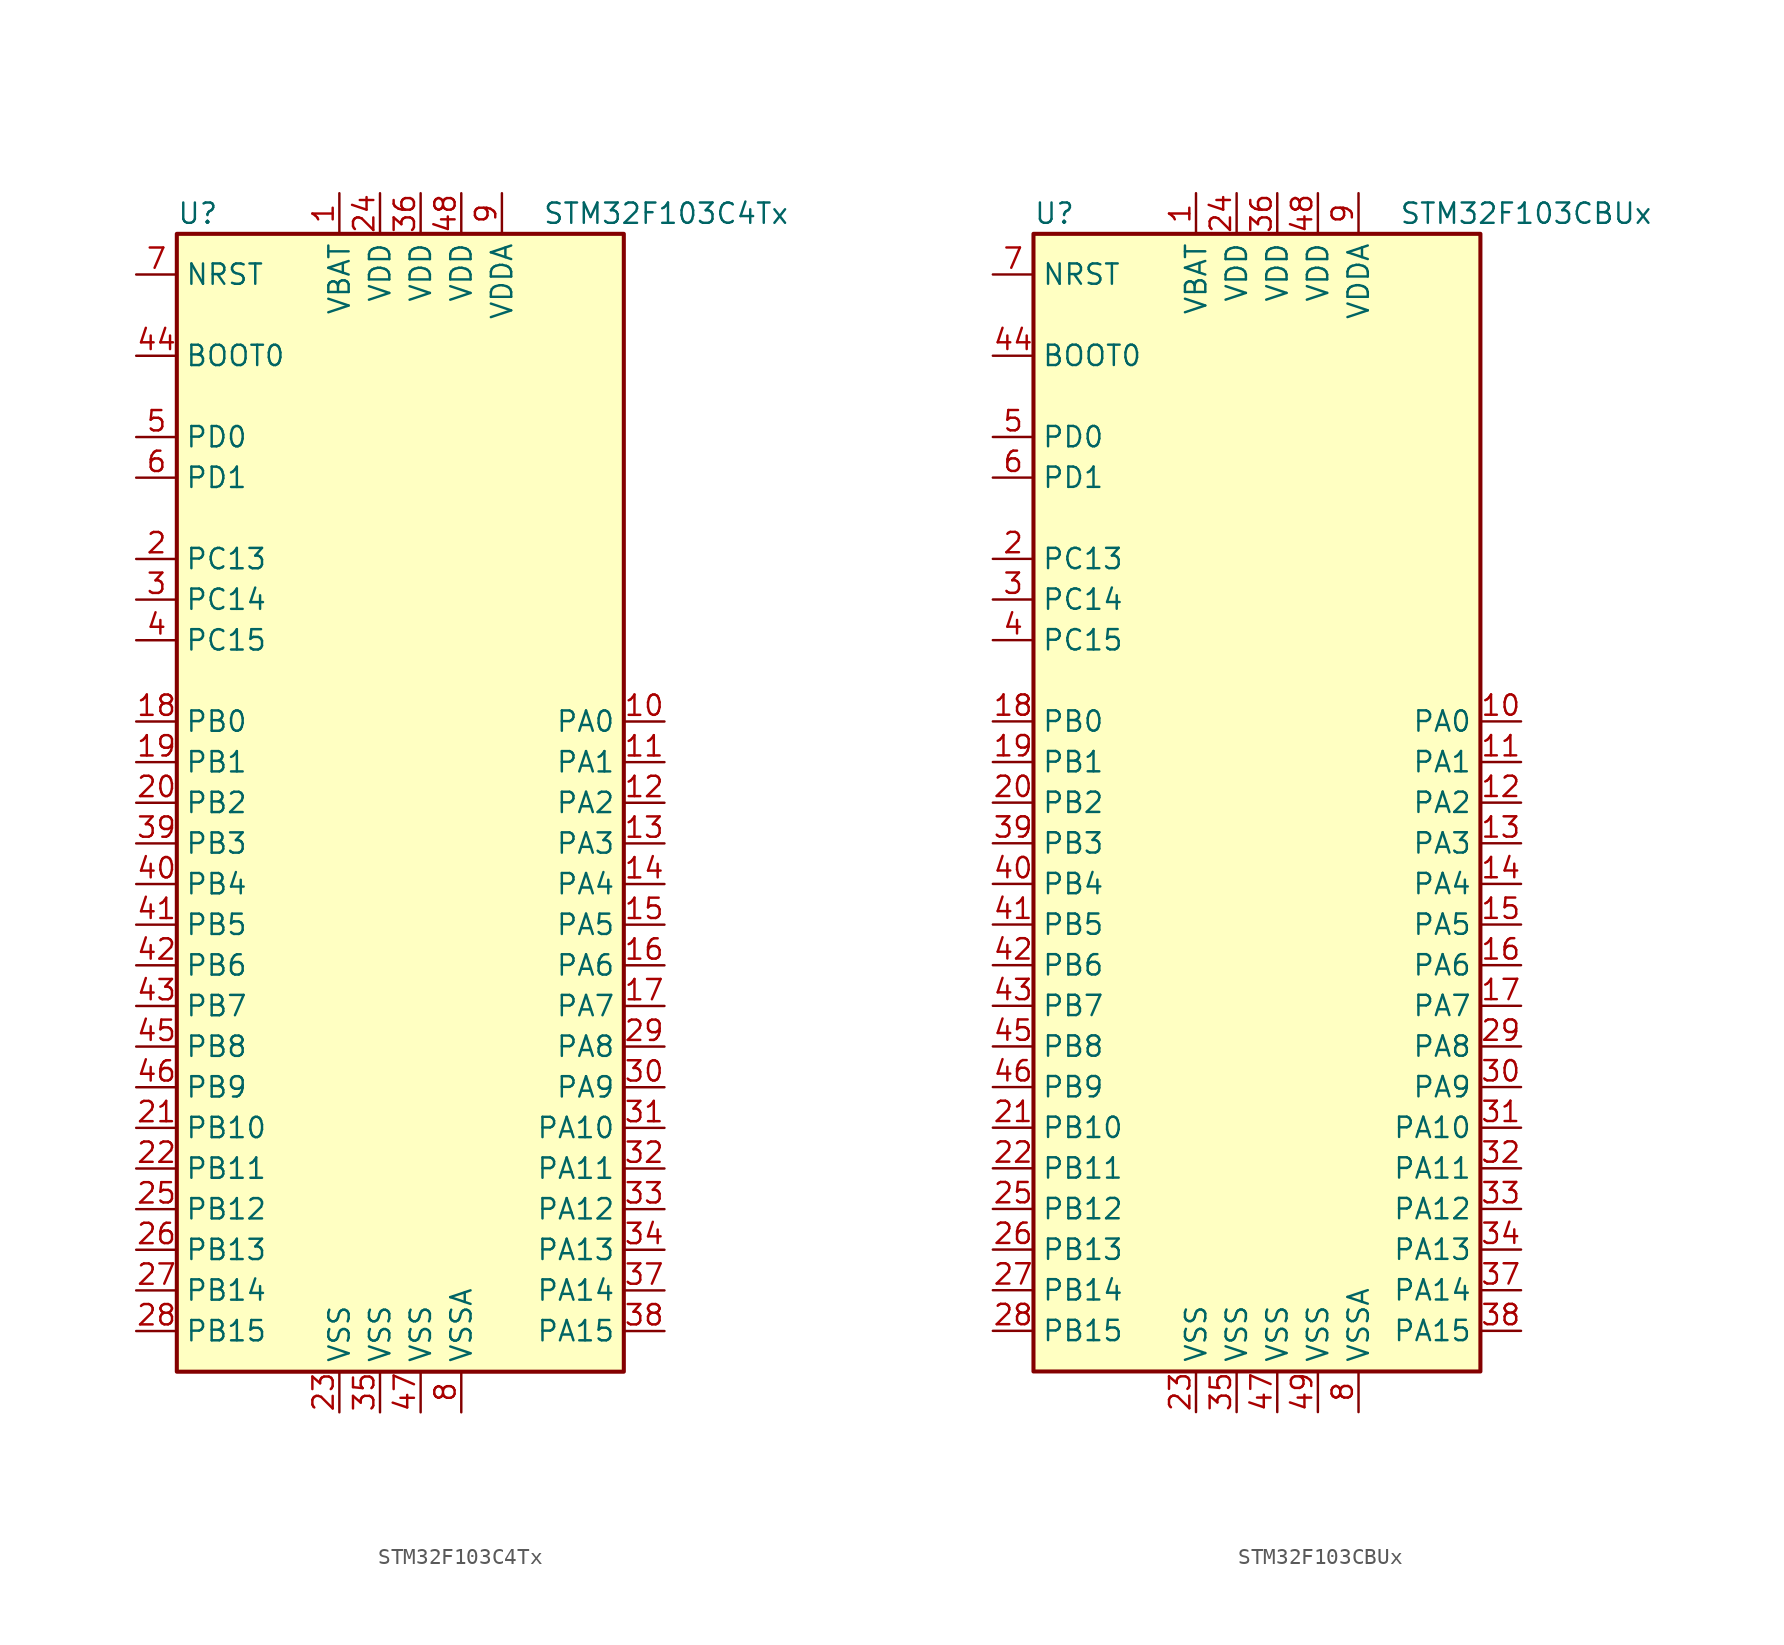
<source format=kicad_sym>
(kicad_symbol_lib
  (version 20211014)
  (generator kicad_symbol_editor)
  (symbol "STM32F103C4Tx"
    (property "Reference" "U"
      (at -15.24 36.83 0)
      (effects (font (size 1.27 1.27)) (justify left)))
    (property "Value" "STM32F103C4Tx"
      (at 7.62 36.83 0)
      (effects (font (size 1.27 1.27)) (justify left)))
    (symbol "STM32F103C4Tx_0_1"
      (rectangle (start -15.24 -35.56) (end 12.7 35.56) (stroke (width 0.254) (type default) (color 0 0 0 0)) (fill (type background))))
    (symbol "STM32F103C4Tx_1_1"
      (pin power_in line (at -5.08 38.1 270) (length 2.54) (name "VBAT" (effects (font (size 1.27 1.27)))) (number "1" (effects (font (size 1.27 1.27)))))
      (pin bidirectional line (at 15.24 5.08 180) (length 2.54) (name "PA0" (effects (font (size 1.27 1.27)))) (number "10" (effects (font (size 1.27 1.27)))))
      (pin bidirectional line (at 15.24 2.54 180) (length 2.54) (name "PA1" (effects (font (size 1.27 1.27)))) (number "11" (effects (font (size 1.27 1.27)))))
      (pin bidirectional line (at 15.24 0 180) (length 2.54) (name "PA2" (effects (font (size 1.27 1.27)))) (number "12" (effects (font (size 1.27 1.27)))))
      (pin bidirectional line (at 15.24 -2.54 180) (length 2.54) (name "PA3" (effects (font (size 1.27 1.27)))) (number "13" (effects (font (size 1.27 1.27)))))
      (pin bidirectional line (at 15.24 -5.08 180) (length 2.54) (name "PA4" (effects (font (size 1.27 1.27)))) (number "14" (effects (font (size 1.27 1.27)))))
      (pin bidirectional line (at 15.24 -7.62 180) (length 2.54) (name "PA5" (effects (font (size 1.27 1.27)))) (number "15" (effects (font (size 1.27 1.27)))))
      (pin bidirectional line (at 15.24 -10.16 180) (length 2.54) (name "PA6" (effects (font (size 1.27 1.27)))) (number "16" (effects (font (size 1.27 1.27)))))
      (pin bidirectional line (at 15.24 -12.7 180) (length 2.54) (name "PA7" (effects (font (size 1.27 1.27)))) (number "17" (effects (font (size 1.27 1.27)))))
      (pin bidirectional line (at -17.78 5.08 0) (length 2.54) (name "PB0" (effects (font (size 1.27 1.27)))) (number "18" (effects (font (size 1.27 1.27)))))
      (pin bidirectional line (at -17.78 2.54 0) (length 2.54) (name "PB1" (effects (font (size 1.27 1.27)))) (number "19" (effects (font (size 1.27 1.27)))))
      (pin bidirectional line (at -17.78 15.24 0) (length 2.54) (name "PC13" (effects (font (size 1.27 1.27)))) (number "2" (effects (font (size 1.27 1.27)))))
      (pin bidirectional line (at -17.78 0 0) (length 2.54) (name "PB2" (effects (font (size 1.27 1.27)))) (number "20" (effects (font (size 1.27 1.27)))))
      (pin bidirectional line (at -17.78 -20.32 0) (length 2.54) (name "PB10" (effects (font (size 1.27 1.27)))) (number "21" (effects (font (size 1.27 1.27)))))
      (pin bidirectional line (at -17.78 -22.86 0) (length 2.54) (name "PB11" (effects (font (size 1.27 1.27)))) (number "22" (effects (font (size 1.27 1.27)))))
      (pin power_in line (at -5.08 -38.1 90) (length 2.54) (name "VSS" (effects (font (size 1.27 1.27)))) (number "23" (effects (font (size 1.27 1.27)))))
      (pin power_in line (at -2.54 38.1 270) (length 2.54) (name "VDD" (effects (font (size 1.27 1.27)))) (number "24" (effects (font (size 1.27 1.27)))))
      (pin bidirectional line (at -17.78 -25.4 0) (length 2.54) (name "PB12" (effects (font (size 1.27 1.27)))) (number "25" (effects (font (size 1.27 1.27)))))
      (pin bidirectional line (at -17.78 -27.94 0) (length 2.54) (name "PB13" (effects (font (size 1.27 1.27)))) (number "26" (effects (font (size 1.27 1.27)))))
      (pin bidirectional line (at -17.78 -30.48 0) (length 2.54) (name "PB14" (effects (font (size 1.27 1.27)))) (number "27" (effects (font (size 1.27 1.27)))))
      (pin bidirectional line (at -17.78 -33.02 0) (length 2.54) (name "PB15" (effects (font (size 1.27 1.27)))) (number "28" (effects (font (size 1.27 1.27)))))
      (pin bidirectional line (at 15.24 -15.24 180) (length 2.54) (name "PA8" (effects (font (size 1.27 1.27)))) (number "29" (effects (font (size 1.27 1.27)))))
      (pin bidirectional line (at -17.78 12.7 0) (length 2.54) (name "PC14" (effects (font (size 1.27 1.27)))) (number "3" (effects (font (size 1.27 1.27)))))
      (pin bidirectional line (at 15.24 -17.78 180) (length 2.54) (name "PA9" (effects (font (size 1.27 1.27)))) (number "30" (effects (font (size 1.27 1.27)))))
      (pin bidirectional line (at 15.24 -20.32 180) (length 2.54) (name "PA10" (effects (font (size 1.27 1.27)))) (number "31" (effects (font (size 1.27 1.27)))))
      (pin bidirectional line (at 15.24 -22.86 180) (length 2.54) (name "PA11" (effects (font (size 1.27 1.27)))) (number "32" (effects (font (size 1.27 1.27)))))
      (pin bidirectional line (at 15.24 -25.4 180) (length 2.54) (name "PA12" (effects (font (size 1.27 1.27)))) (number "33" (effects (font (size 1.27 1.27)))))
      (pin bidirectional line (at 15.24 -27.94 180) (length 2.54) (name "PA13" (effects (font (size 1.27 1.27)))) (number "34" (effects (font (size 1.27 1.27)))))
      (pin power_in line (at -2.54 -38.1 90) (length 2.54) (name "VSS" (effects (font (size 1.27 1.27)))) (number "35" (effects (font (size 1.27 1.27)))))
      (pin power_in line (at 0 38.1 270) (length 2.54) (name "VDD" (effects (font (size 1.27 1.27)))) (number "36" (effects (font (size 1.27 1.27)))))
      (pin bidirectional line (at 15.24 -30.48 180) (length 2.54) (name "PA14" (effects (font (size 1.27 1.27)))) (number "37" (effects (font (size 1.27 1.27)))))
      (pin bidirectional line (at 15.24 -33.02 180) (length 2.54) (name "PA15" (effects (font (size 1.27 1.27)))) (number "38" (effects (font (size 1.27 1.27)))))
      (pin bidirectional line (at -17.78 -2.54 0) (length 2.54) (name "PB3" (effects (font (size 1.27 1.27)))) (number "39" (effects (font (size 1.27 1.27)))))
      (pin bidirectional line (at -17.78 10.16 0) (length 2.54) (name "PC15" (effects (font (size 1.27 1.27)))) (number "4" (effects (font (size 1.27 1.27)))))
      (pin bidirectional line (at -17.78 -5.08 0) (length 2.54) (name "PB4" (effects (font (size 1.27 1.27)))) (number "40" (effects (font (size 1.27 1.27)))))
      (pin bidirectional line (at -17.78 -7.62 0) (length 2.54) (name "PB5" (effects (font (size 1.27 1.27)))) (number "41" (effects (font (size 1.27 1.27)))))
      (pin bidirectional line (at -17.78 -10.16 0) (length 2.54) (name "PB6" (effects (font (size 1.27 1.27)))) (number "42" (effects (font (size 1.27 1.27)))))
      (pin bidirectional line (at -17.78 -12.7 0) (length 2.54) (name "PB7" (effects (font (size 1.27 1.27)))) (number "43" (effects (font (size 1.27 1.27)))))
      (pin input line (at -17.78 27.94 0) (length 2.54) (name "BOOT0" (effects (font (size 1.27 1.27)))) (number "44" (effects (font (size 1.27 1.27)))))
      (pin bidirectional line (at -17.78 -15.24 0) (length 2.54) (name "PB8" (effects (font (size 1.27 1.27)))) (number "45" (effects (font (size 1.27 1.27)))))
      (pin bidirectional line (at -17.78 -17.78 0) (length 2.54) (name "PB9" (effects (font (size 1.27 1.27)))) (number "46" (effects (font (size 1.27 1.27)))))
      (pin power_in line (at 0 -38.1 90) (length 2.54) (name "VSS" (effects (font (size 1.27 1.27)))) (number "47" (effects (font (size 1.27 1.27)))))
      (pin power_in line (at 2.54 38.1 270) (length 2.54) (name "VDD" (effects (font (size 1.27 1.27)))) (number "48" (effects (font (size 1.27 1.27)))))
      (pin input line (at -17.78 22.86 0) (length 2.54) (name "PD0" (effects (font (size 1.27 1.27)))) (number "5" (effects (font (size 1.27 1.27)))))
      (pin input line (at -17.78 20.32 0) (length 2.54) (name "PD1" (effects (font (size 1.27 1.27)))) (number "6" (effects (font (size 1.27 1.27)))))
      (pin input line (at -17.78 33.02 0) (length 2.54) (name "NRST" (effects (font (size 1.27 1.27)))) (number "7" (effects (font (size 1.27 1.27)))))
      (pin power_in line (at 2.54 -38.1 90) (length 2.54) (name "VSSA" (effects (font (size 1.27 1.27)))) (number "8" (effects (font (size 1.27 1.27)))))
      (pin power_in line (at 5.08 38.1 270) (length 2.54) (name "VDDA" (effects (font (size 1.27 1.27)))) (number "9" (effects (font (size 1.27 1.27)))))))
  (symbol "STM32F103CBUx"
    (property "Reference" "U"
      (at -15.24 36.83 0)
      (effects (font (size 1.27 1.27)) (justify left)))
    (property "Value" "STM32F103CBUx"
      (at 7.62 36.83 0)
      (effects (font (size 1.27 1.27)) (justify left)))
    (symbol "STM32F103CBUx_0_1"
      (rectangle (start -15.24 -35.56) (end 12.7 35.56) (stroke (width 0.254) (type default) (color 0 0 0 0)) (fill (type background))))
    (symbol "STM32F103CBUx_1_1"
      (pin power_in line (at -5.08 38.1 270) (length 2.54) (name "VBAT" (effects (font (size 1.27 1.27)))) (number "1" (effects (font (size 1.27 1.27)))))
      (pin bidirectional line (at 15.24 5.08 180) (length 2.54) (name "PA0" (effects (font (size 1.27 1.27)))) (number "10" (effects (font (size 1.27 1.27)))))
      (pin bidirectional line (at 15.24 2.54 180) (length 2.54) (name "PA1" (effects (font (size 1.27 1.27)))) (number "11" (effects (font (size 1.27 1.27)))))
      (pin bidirectional line (at 15.24 0 180) (length 2.54) (name "PA2" (effects (font (size 1.27 1.27)))) (number "12" (effects (font (size 1.27 1.27)))))
      (pin bidirectional line (at 15.24 -2.54 180) (length 2.54) (name "PA3" (effects (font (size 1.27 1.27)))) (number "13" (effects (font (size 1.27 1.27)))))
      (pin bidirectional line (at 15.24 -5.08 180) (length 2.54) (name "PA4" (effects (font (size 1.27 1.27)))) (number "14" (effects (font (size 1.27 1.27)))))
      (pin bidirectional line (at 15.24 -7.62 180) (length 2.54) (name "PA5" (effects (font (size 1.27 1.27)))) (number "15" (effects (font (size 1.27 1.27)))))
      (pin bidirectional line (at 15.24 -10.16 180) (length 2.54) (name "PA6" (effects (font (size 1.27 1.27)))) (number "16" (effects (font (size 1.27 1.27)))))
      (pin bidirectional line (at 15.24 -12.7 180) (length 2.54) (name "PA7" (effects (font (size 1.27 1.27)))) (number "17" (effects (font (size 1.27 1.27)))))
      (pin bidirectional line (at -17.78 5.08 0) (length 2.54) (name "PB0" (effects (font (size 1.27 1.27)))) (number "18" (effects (font (size 1.27 1.27)))))
      (pin bidirectional line (at -17.78 2.54 0) (length 2.54) (name "PB1" (effects (font (size 1.27 1.27)))) (number "19" (effects (font (size 1.27 1.27)))))
      (pin bidirectional line (at -17.78 15.24 0) (length 2.54) (name "PC13" (effects (font (size 1.27 1.27)))) (number "2" (effects (font (size 1.27 1.27)))))
      (pin bidirectional line (at -17.78 0 0) (length 2.54) (name "PB2" (effects (font (size 1.27 1.27)))) (number "20" (effects (font (size 1.27 1.27)))))
      (pin bidirectional line (at -17.78 -20.32 0) (length 2.54) (name "PB10" (effects (font (size 1.27 1.27)))) (number "21" (effects (font (size 1.27 1.27)))))
      (pin bidirectional line (at -17.78 -22.86 0) (length 2.54) (name "PB11" (effects (font (size 1.27 1.27)))) (number "22" (effects (font (size 1.27 1.27)))))
      (pin power_in line (at -5.08 -38.1 90) (length 2.54) (name "VSS" (effects (font (size 1.27 1.27)))) (number "23" (effects (font (size 1.27 1.27)))))
      (pin power_in line (at -2.54 38.1 270) (length 2.54) (name "VDD" (effects (font (size 1.27 1.27)))) (number "24" (effects (font (size 1.27 1.27)))))
      (pin bidirectional line (at -17.78 -25.4 0) (length 2.54) (name "PB12" (effects (font (size 1.27 1.27)))) (number "25" (effects (font (size 1.27 1.27)))))
      (pin bidirectional line (at -17.78 -27.94 0) (length 2.54) (name "PB13" (effects (font (size 1.27 1.27)))) (number "26" (effects (font (size 1.27 1.27)))))
      (pin bidirectional line (at -17.78 -30.48 0) (length 2.54) (name "PB14" (effects (font (size 1.27 1.27)))) (number "27" (effects (font (size 1.27 1.27)))))
      (pin bidirectional line (at -17.78 -33.02 0) (length 2.54) (name "PB15" (effects (font (size 1.27 1.27)))) (number "28" (effects (font (size 1.27 1.27)))))
      (pin bidirectional line (at 15.24 -15.24 180) (length 2.54) (name "PA8" (effects (font (size 1.27 1.27)))) (number "29" (effects (font (size 1.27 1.27)))))
      (pin bidirectional line (at -17.78 12.7 0) (length 2.54) (name "PC14" (effects (font (size 1.27 1.27)))) (number "3" (effects (font (size 1.27 1.27)))))
      (pin bidirectional line (at 15.24 -17.78 180) (length 2.54) (name "PA9" (effects (font (size 1.27 1.27)))) (number "30" (effects (font (size 1.27 1.27)))))
      (pin bidirectional line (at 15.24 -20.32 180) (length 2.54) (name "PA10" (effects (font (size 1.27 1.27)))) (number "31" (effects (font (size 1.27 1.27)))))
      (pin bidirectional line (at 15.24 -22.86 180) (length 2.54) (name "PA11" (effects (font (size 1.27 1.27)))) (number "32" (effects (font (size 1.27 1.27)))))
      (pin bidirectional line (at 15.24 -25.4 180) (length 2.54) (name "PA12" (effects (font (size 1.27 1.27)))) (number "33" (effects (font (size 1.27 1.27)))))
      (pin bidirectional line (at 15.24 -27.94 180) (length 2.54) (name "PA13" (effects (font (size 1.27 1.27)))) (number "34" (effects (font (size 1.27 1.27)))))
      (pin power_in line (at -2.54 -38.1 90) (length 2.54) (name "VSS" (effects (font (size 1.27 1.27)))) (number "35" (effects (font (size 1.27 1.27)))))
      (pin power_in line (at 0 38.1 270) (length 2.54) (name "VDD" (effects (font (size 1.27 1.27)))) (number "36" (effects (font (size 1.27 1.27)))))
      (pin bidirectional line (at 15.24 -30.48 180) (length 2.54) (name "PA14" (effects (font (size 1.27 1.27)))) (number "37" (effects (font (size 1.27 1.27)))))
      (pin bidirectional line (at 15.24 -33.02 180) (length 2.54) (name "PA15" (effects (font (size 1.27 1.27)))) (number "38" (effects (font (size 1.27 1.27)))))
      (pin bidirectional line (at -17.78 -2.54 0) (length 2.54) (name "PB3" (effects (font (size 1.27 1.27)))) (number "39" (effects (font (size 1.27 1.27)))))
      (pin bidirectional line (at -17.78 10.16 0) (length 2.54) (name "PC15" (effects (font (size 1.27 1.27)))) (number "4" (effects (font (size 1.27 1.27)))))
      (pin bidirectional line (at -17.78 -5.08 0) (length 2.54) (name "PB4" (effects (font (size 1.27 1.27)))) (number "40" (effects (font (size 1.27 1.27)))))
      (pin bidirectional line (at -17.78 -7.62 0) (length 2.54) (name "PB5" (effects (font (size 1.27 1.27)))) (number "41" (effects (font (size 1.27 1.27)))))
      (pin bidirectional line (at -17.78 -10.16 0) (length 2.54) (name "PB6" (effects (font (size 1.27 1.27)))) (number "42" (effects (font (size 1.27 1.27)))))
      (pin bidirectional line (at -17.78 -12.7 0) (length 2.54) (name "PB7" (effects (font (size 1.27 1.27)))) (number "43" (effects (font (size 1.27 1.27)))))
      (pin input line (at -17.78 27.94 0) (length 2.54) (name "BOOT0" (effects (font (size 1.27 1.27)))) (number "44" (effects (font (size 1.27 1.27)))))
      (pin bidirectional line (at -17.78 -15.24 0) (length 2.54) (name "PB8" (effects (font (size 1.27 1.27)))) (number "45" (effects (font (size 1.27 1.27)))))
      (pin bidirectional line (at -17.78 -17.78 0) (length 2.54) (name "PB9" (effects (font (size 1.27 1.27)))) (number "46" (effects (font (size 1.27 1.27)))))
      (pin power_in line (at 0 -38.1 90) (length 2.54) (name "VSS" (effects (font (size 1.27 1.27)))) (number "47" (effects (font (size 1.27 1.27)))))
      (pin power_in line (at 2.54 38.1 270) (length 2.54) (name "VDD" (effects (font (size 1.27 1.27)))) (number "48" (effects (font (size 1.27 1.27)))))
      (pin power_in line (at 2.54 -38.1 90) (length 2.54) (name "VSS" (effects (font (size 1.27 1.27)))) (number "49" (effects (font (size 1.27 1.27)))))
      (pin input line (at -17.78 22.86 0) (length 2.54) (name "PD0" (effects (font (size 1.27 1.27)))) (number "5" (effects (font (size 1.27 1.27)))))
      (pin input line (at -17.78 20.32 0) (length 2.54) (name "PD1" (effects (font (size 1.27 1.27)))) (number "6" (effects (font (size 1.27 1.27)))))
      (pin input line (at -17.78 33.02 0) (length 2.54) (name "NRST" (effects (font (size 1.27 1.27)))) (number "7" (effects (font (size 1.27 1.27)))))
      (pin power_in line (at 5.08 -38.1 90) (length 2.54) (name "VSSA" (effects (font (size 1.27 1.27)))) (number "8" (effects (font (size 1.27 1.27)))))
      (pin power_in line (at 5.08 38.1 270) (length 2.54) (name "VDDA" (effects (font (size 1.27 1.27)))) (number "9" (effects (font (size 1.27 1.27))))))))
</source>
